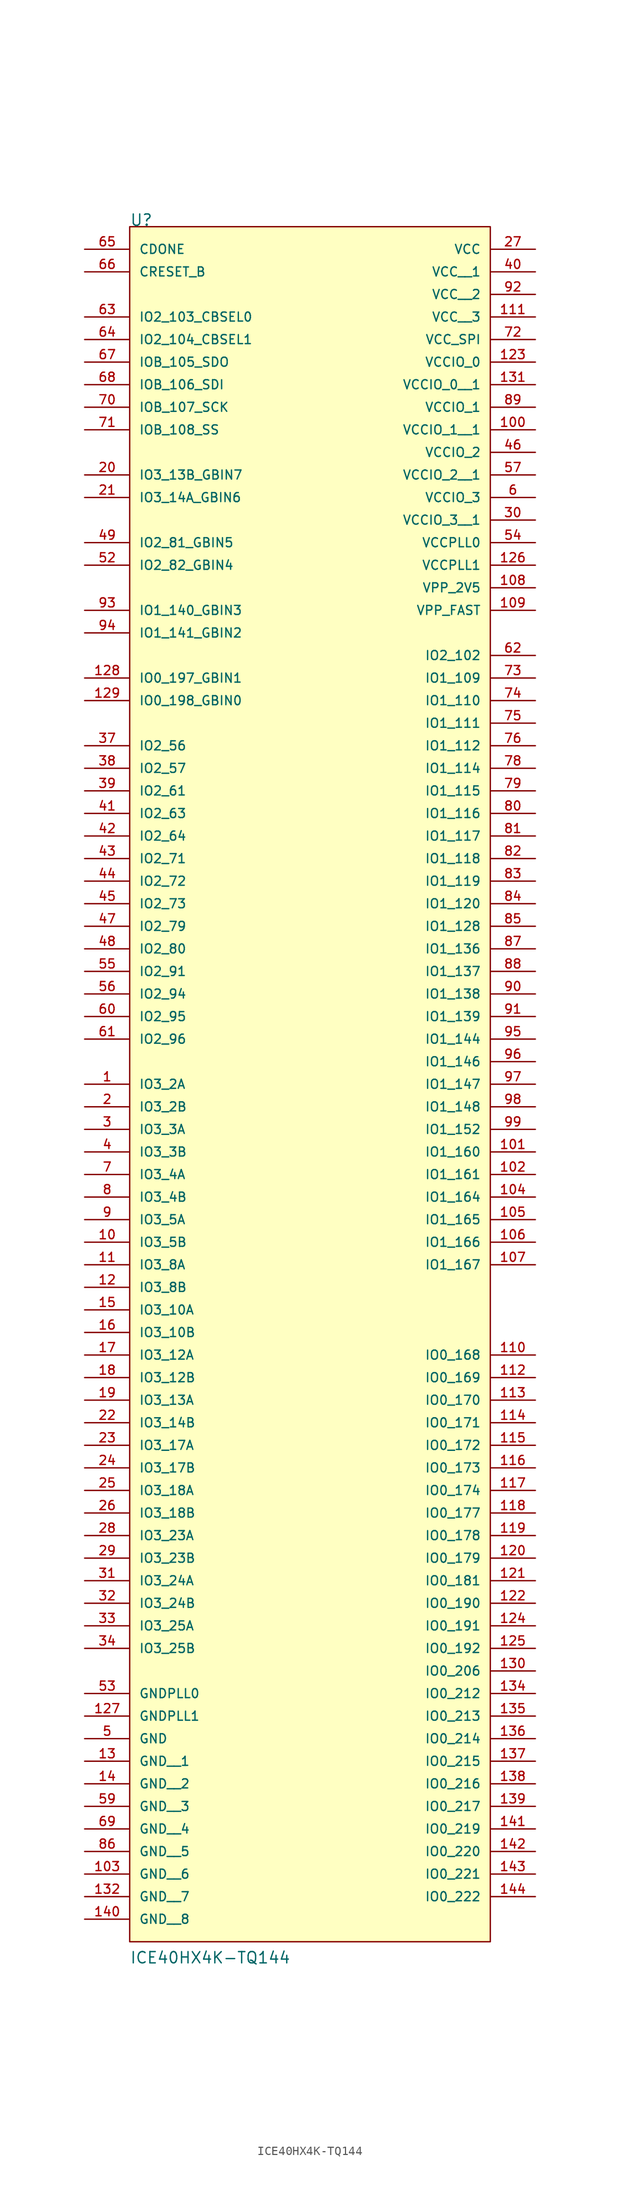
<source format=kicad_sym>
(kicad_symbol_lib
  (version 20231120)
  (generator "kicad_symbol_editor")
  (generator_version "8.0")
  (symbol "ICE40HX4K-TQ144"
    (pin_names
      (offset 1.016))
    (property "Reference" "U"
      (at -20.32 88.9 0)
      (effects (font (size 1.27 1.27)) (justify left bottom)))
    (property "Value" "ICE40HX4K-TQ144"
      (at -20.32 -106.68 0)
      (effects (font (size 1.27 1.27)) (justify left bottom)))
    (symbol "ICE40HX4K-TQ144_0_0"
      (rectangle (start -20.32 88.9) (end 20.32 -104.14) (stroke (width 0.152) (type default)) (fill (type background)))
      (pin bidirectional line (at -25.4 -7.62 0) (length 5.08) (name "IO3_2A" (effects (font (size 1.016 1.016)))) (number "1" (effects (font (size 1.016 1.016)))))
      (pin bidirectional line (at -25.4 -25.4 0) (length 5.08) (name "IO3_5B" (effects (font (size 1.016 1.016)))) (number "10" (effects (font (size 1.016 1.016)))))
      (pin power_in line (at 25.4 66.04 180) (length 5.08) (name "VCCIO_1__1" (effects (font (size 1.016 1.016)))) (number "100" (effects (font (size 1.016 1.016)))))
      (pin bidirectional line (at 25.4 -15.24 180) (length 5.08) (name "IO1_160" (effects (font (size 1.016 1.016)))) (number "101" (effects (font (size 1.016 1.016)))))
      (pin bidirectional line (at 25.4 -17.78 180) (length 5.08) (name "IO1_161" (effects (font (size 1.016 1.016)))) (number "102" (effects (font (size 1.016 1.016)))))
      (pin power_in line (at -25.4 -96.52 0) (length 5.08) (name "GND__6" (effects (font (size 1.016 1.016)))) (number "103" (effects (font (size 1.016 1.016)))))
      (pin bidirectional line (at 25.4 -20.32 180) (length 5.08) (name "IO1_164" (effects (font (size 1.016 1.016)))) (number "104" (effects (font (size 1.016 1.016)))))
      (pin bidirectional line (at 25.4 -22.86 180) (length 5.08) (name "IO1_165" (effects (font (size 1.016 1.016)))) (number "105" (effects (font (size 1.016 1.016)))))
      (pin bidirectional line (at 25.4 -25.4 180) (length 5.08) (name "IO1_166" (effects (font (size 1.016 1.016)))) (number "106" (effects (font (size 1.016 1.016)))))
      (pin bidirectional line (at 25.4 -27.94 180) (length 5.08) (name "IO1_167" (effects (font (size 1.016 1.016)))) (number "107" (effects (font (size 1.016 1.016)))))
      (pin power_in line (at 25.4 48.26 180) (length 5.08) (name "VPP_2V5" (effects (font (size 1.016 1.016)))) (number "108" (effects (font (size 1.016 1.016)))))
      (pin power_in line (at 25.4 45.72 180) (length 5.08) (name "VPP_FAST" (effects (font (size 1.016 1.016)))) (number "109" (effects (font (size 1.016 1.016)))))
      (pin bidirectional line (at -25.4 -27.94 0) (length 5.08) (name "IO3_8A" (effects (font (size 1.016 1.016)))) (number "11" (effects (font (size 1.016 1.016)))))
      (pin bidirectional line (at 25.4 -38.1 180) (length 5.08) (name "IO0_168" (effects (font (size 1.016 1.016)))) (number "110" (effects (font (size 1.016 1.016)))))
      (pin power_in line (at 25.4 78.74 180) (length 5.08) (name "VCC__3" (effects (font (size 1.016 1.016)))) (number "111" (effects (font (size 1.016 1.016)))))
      (pin bidirectional line (at 25.4 -40.64 180) (length 5.08) (name "IO0_169" (effects (font (size 1.016 1.016)))) (number "112" (effects (font (size 1.016 1.016)))))
      (pin bidirectional line (at 25.4 -43.18 180) (length 5.08) (name "IO0_170" (effects (font (size 1.016 1.016)))) (number "113" (effects (font (size 1.016 1.016)))))
      (pin bidirectional line (at 25.4 -45.72 180) (length 5.08) (name "IO0_171" (effects (font (size 1.016 1.016)))) (number "114" (effects (font (size 1.016 1.016)))))
      (pin bidirectional line (at 25.4 -48.26 180) (length 5.08) (name "IO0_172" (effects (font (size 1.016 1.016)))) (number "115" (effects (font (size 1.016 1.016)))))
      (pin bidirectional line (at 25.4 -50.8 180) (length 5.08) (name "IO0_173" (effects (font (size 1.016 1.016)))) (number "116" (effects (font (size 1.016 1.016)))))
      (pin bidirectional line (at 25.4 -53.34 180) (length 5.08) (name "IO0_174" (effects (font (size 1.016 1.016)))) (number "117" (effects (font (size 1.016 1.016)))))
      (pin bidirectional line (at 25.4 -55.88 180) (length 5.08) (name "IO0_177" (effects (font (size 1.016 1.016)))) (number "118" (effects (font (size 1.016 1.016)))))
      (pin bidirectional line (at 25.4 -58.42 180) (length 5.08) (name "IO0_178" (effects (font (size 1.016 1.016)))) (number "119" (effects (font (size 1.016 1.016)))))
      (pin bidirectional line (at -25.4 -30.48 0) (length 5.08) (name "IO3_8B" (effects (font (size 1.016 1.016)))) (number "12" (effects (font (size 1.016 1.016)))))
      (pin bidirectional line (at 25.4 -60.96 180) (length 5.08) (name "IO0_179" (effects (font (size 1.016 1.016)))) (number "120" (effects (font (size 1.016 1.016)))))
      (pin bidirectional line (at 25.4 -63.5 180) (length 5.08) (name "IO0_181" (effects (font (size 1.016 1.016)))) (number "121" (effects (font (size 1.016 1.016)))))
      (pin bidirectional line (at 25.4 -66.04 180) (length 5.08) (name "IO0_190" (effects (font (size 1.016 1.016)))) (number "122" (effects (font (size 1.016 1.016)))))
      (pin power_in line (at 25.4 73.66 180) (length 5.08) (name "VCCIO_0" (effects (font (size 1.016 1.016)))) (number "123" (effects (font (size 1.016 1.016)))))
      (pin bidirectional line (at 25.4 -68.58 180) (length 5.08) (name "IO0_191" (effects (font (size 1.016 1.016)))) (number "124" (effects (font (size 1.016 1.016)))))
      (pin bidirectional line (at 25.4 -71.12 180) (length 5.08) (name "IO0_192" (effects (font (size 1.016 1.016)))) (number "125" (effects (font (size 1.016 1.016)))))
      (pin power_in line (at 25.4 50.8 180) (length 5.08) (name "VCCPLL1" (effects (font (size 1.016 1.016)))) (number "126" (effects (font (size 1.016 1.016)))))
      (pin power_in line (at -25.4 -78.74 0) (length 5.08) (name "GNDPLL1" (effects (font (size 1.016 1.016)))) (number "127" (effects (font (size 1.016 1.016)))))
      (pin input line (at -25.4 38.1 0) (length 5.08) (name "IO0_197_GBIN1" (effects (font (size 1.016 1.016)))) (number "128" (effects (font (size 1.016 1.016)))))
      (pin input line (at -25.4 35.56 0) (length 5.08) (name "IO0_198_GBIN0" (effects (font (size 1.016 1.016)))) (number "129" (effects (font (size 1.016 1.016)))))
      (pin power_in line (at -25.4 -83.82 0) (length 5.08) (name "GND__1" (effects (font (size 1.016 1.016)))) (number "13" (effects (font (size 1.016 1.016)))))
      (pin bidirectional line (at 25.4 -73.66 180) (length 5.08) (name "IO0_206" (effects (font (size 1.016 1.016)))) (number "130" (effects (font (size 1.016 1.016)))))
      (pin power_in line (at 25.4 71.12 180) (length 5.08) (name "VCCIO_0__1" (effects (font (size 1.016 1.016)))) (number "131" (effects (font (size 1.016 1.016)))))
      (pin power_in line (at -25.4 -99.06 0) (length 5.08) (name "GND__7" (effects (font (size 1.016 1.016)))) (number "132" (effects (font (size 1.016 1.016)))))
      (pin bidirectional line (at 25.4 -76.2 180) (length 5.08) (name "IO0_212" (effects (font (size 1.016 1.016)))) (number "134" (effects (font (size 1.016 1.016)))))
      (pin bidirectional line (at 25.4 -78.74 180) (length 5.08) (name "IO0_213" (effects (font (size 1.016 1.016)))) (number "135" (effects (font (size 1.016 1.016)))))
      (pin bidirectional line (at 25.4 -81.28 180) (length 5.08) (name "IO0_214" (effects (font (size 1.016 1.016)))) (number "136" (effects (font (size 1.016 1.016)))))
      (pin bidirectional line (at 25.4 -83.82 180) (length 5.08) (name "IO0_215" (effects (font (size 1.016 1.016)))) (number "137" (effects (font (size 1.016 1.016)))))
      (pin bidirectional line (at 25.4 -86.36 180) (length 5.08) (name "IO0_216" (effects (font (size 1.016 1.016)))) (number "138" (effects (font (size 1.016 1.016)))))
      (pin bidirectional line (at 25.4 -88.9 180) (length 5.08) (name "IO0_217" (effects (font (size 1.016 1.016)))) (number "139" (effects (font (size 1.016 1.016)))))
      (pin power_in line (at -25.4 -86.36 0) (length 5.08) (name "GND__2" (effects (font (size 1.016 1.016)))) (number "14" (effects (font (size 1.016 1.016)))))
      (pin power_in line (at -25.4 -101.6 0) (length 5.08) (name "GND__8" (effects (font (size 1.016 1.016)))) (number "140" (effects (font (size 1.016 1.016)))))
      (pin bidirectional line (at 25.4 -91.44 180) (length 5.08) (name "IO0_219" (effects (font (size 1.016 1.016)))) (number "141" (effects (font (size 1.016 1.016)))))
      (pin bidirectional line (at 25.4 -93.98 180) (length 5.08) (name "IO0_220" (effects (font (size 1.016 1.016)))) (number "142" (effects (font (size 1.016 1.016)))))
      (pin bidirectional line (at 25.4 -96.52 180) (length 5.08) (name "IO0_221" (effects (font (size 1.016 1.016)))) (number "143" (effects (font (size 1.016 1.016)))))
      (pin bidirectional line (at 25.4 -99.06 180) (length 5.08) (name "IO0_222" (effects (font (size 1.016 1.016)))) (number "144" (effects (font (size 1.016 1.016)))))
      (pin bidirectional line (at -25.4 -33.02 0) (length 5.08) (name "IO3_10A" (effects (font (size 1.016 1.016)))) (number "15" (effects (font (size 1.016 1.016)))))
      (pin bidirectional line (at -25.4 -35.56 0) (length 5.08) (name "IO3_10B" (effects (font (size 1.016 1.016)))) (number "16" (effects (font (size 1.016 1.016)))))
      (pin bidirectional line (at -25.4 -38.1 0) (length 5.08) (name "IO3_12A" (effects (font (size 1.016 1.016)))) (number "17" (effects (font (size 1.016 1.016)))))
      (pin bidirectional line (at -25.4 -40.64 0) (length 5.08) (name "IO3_12B" (effects (font (size 1.016 1.016)))) (number "18" (effects (font (size 1.016 1.016)))))
      (pin bidirectional line (at -25.4 -43.18 0) (length 5.08) (name "IO3_13A" (effects (font (size 1.016 1.016)))) (number "19" (effects (font (size 1.016 1.016)))))
      (pin bidirectional line (at -25.4 -10.16 0) (length 5.08) (name "IO3_2B" (effects (font (size 1.016 1.016)))) (number "2" (effects (font (size 1.016 1.016)))))
      (pin input line (at -25.4 60.96 0) (length 5.08) (name "IO3_13B_GBIN7" (effects (font (size 1.016 1.016)))) (number "20" (effects (font (size 1.016 1.016)))))
      (pin input line (at -25.4 58.42 0) (length 5.08) (name "IO3_14A_GBIN6" (effects (font (size 1.016 1.016)))) (number "21" (effects (font (size 1.016 1.016)))))
      (pin bidirectional line (at -25.4 -45.72 0) (length 5.08) (name "IO3_14B" (effects (font (size 1.016 1.016)))) (number "22" (effects (font (size 1.016 1.016)))))
      (pin bidirectional line (at -25.4 -48.26 0) (length 5.08) (name "IO3_17A" (effects (font (size 1.016 1.016)))) (number "23" (effects (font (size 1.016 1.016)))))
      (pin bidirectional line (at -25.4 -50.8 0) (length 5.08) (name "IO3_17B" (effects (font (size 1.016 1.016)))) (number "24" (effects (font (size 1.016 1.016)))))
      (pin bidirectional line (at -25.4 -53.34 0) (length 5.08) (name "IO3_18A" (effects (font (size 1.016 1.016)))) (number "25" (effects (font (size 1.016 1.016)))))
      (pin bidirectional line (at -25.4 -55.88 0) (length 5.08) (name "IO3_18B" (effects (font (size 1.016 1.016)))) (number "26" (effects (font (size 1.016 1.016)))))
      (pin power_in line (at 25.4 86.36 180) (length 5.08) (name "VCC" (effects (font (size 1.016 1.016)))) (number "27" (effects (font (size 1.016 1.016)))))
      (pin bidirectional line (at -25.4 -58.42 0) (length 5.08) (name "IO3_23A" (effects (font (size 1.016 1.016)))) (number "28" (effects (font (size 1.016 1.016)))))
      (pin bidirectional line (at -25.4 -60.96 0) (length 5.08) (name "IO3_23B" (effects (font (size 1.016 1.016)))) (number "29" (effects (font (size 1.016 1.016)))))
      (pin bidirectional line (at -25.4 -12.7 0) (length 5.08) (name "IO3_3A" (effects (font (size 1.016 1.016)))) (number "3" (effects (font (size 1.016 1.016)))))
      (pin power_in line (at 25.4 55.88 180) (length 5.08) (name "VCCIO_3__1" (effects (font (size 1.016 1.016)))) (number "30" (effects (font (size 1.016 1.016)))))
      (pin bidirectional line (at -25.4 -63.5 0) (length 5.08) (name "IO3_24A" (effects (font (size 1.016 1.016)))) (number "31" (effects (font (size 1.016 1.016)))))
      (pin bidirectional line (at -25.4 -66.04 0) (length 5.08) (name "IO3_24B" (effects (font (size 1.016 1.016)))) (number "32" (effects (font (size 1.016 1.016)))))
      (pin bidirectional line (at -25.4 -68.58 0) (length 5.08) (name "IO3_25A" (effects (font (size 1.016 1.016)))) (number "33" (effects (font (size 1.016 1.016)))))
      (pin bidirectional line (at -25.4 -71.12 0) (length 5.08) (name "IO3_25B" (effects (font (size 1.016 1.016)))) (number "34" (effects (font (size 1.016 1.016)))))
      (pin bidirectional line (at -25.4 30.48 0) (length 5.08) (name "IO2_56" (effects (font (size 1.016 1.016)))) (number "37" (effects (font (size 1.016 1.016)))))
      (pin bidirectional line (at -25.4 27.94 0) (length 5.08) (name "IO2_57" (effects (font (size 1.016 1.016)))) (number "38" (effects (font (size 1.016 1.016)))))
      (pin bidirectional line (at -25.4 25.4 0) (length 5.08) (name "IO2_61" (effects (font (size 1.016 1.016)))) (number "39" (effects (font (size 1.016 1.016)))))
      (pin bidirectional line (at -25.4 -15.24 0) (length 5.08) (name "IO3_3B" (effects (font (size 1.016 1.016)))) (number "4" (effects (font (size 1.016 1.016)))))
      (pin power_in line (at 25.4 83.82 180) (length 5.08) (name "VCC__1" (effects (font (size 1.016 1.016)))) (number "40" (effects (font (size 1.016 1.016)))))
      (pin bidirectional line (at -25.4 22.86 0) (length 5.08) (name "IO2_63" (effects (font (size 1.016 1.016)))) (number "41" (effects (font (size 1.016 1.016)))))
      (pin bidirectional line (at -25.4 20.32 0) (length 5.08) (name "IO2_64" (effects (font (size 1.016 1.016)))) (number "42" (effects (font (size 1.016 1.016)))))
      (pin bidirectional line (at -25.4 17.78 0) (length 5.08) (name "IO2_71" (effects (font (size 1.016 1.016)))) (number "43" (effects (font (size 1.016 1.016)))))
      (pin bidirectional line (at -25.4 15.24 0) (length 5.08) (name "IO2_72" (effects (font (size 1.016 1.016)))) (number "44" (effects (font (size 1.016 1.016)))))
      (pin bidirectional line (at -25.4 12.7 0) (length 5.08) (name "IO2_73" (effects (font (size 1.016 1.016)))) (number "45" (effects (font (size 1.016 1.016)))))
      (pin power_in line (at 25.4 63.5 180) (length 5.08) (name "VCCIO_2" (effects (font (size 1.016 1.016)))) (number "46" (effects (font (size 1.016 1.016)))))
      (pin bidirectional line (at -25.4 10.16 0) (length 5.08) (name "IO2_79" (effects (font (size 1.016 1.016)))) (number "47" (effects (font (size 1.016 1.016)))))
      (pin bidirectional line (at -25.4 7.62 0) (length 5.08) (name "IO2_80" (effects (font (size 1.016 1.016)))) (number "48" (effects (font (size 1.016 1.016)))))
      (pin input line (at -25.4 53.34 0) (length 5.08) (name "IO2_81_GBIN5" (effects (font (size 1.016 1.016)))) (number "49" (effects (font (size 1.016 1.016)))))
      (pin power_in line (at -25.4 -81.28 0) (length 5.08) (name "GND" (effects (font (size 1.016 1.016)))) (number "5" (effects (font (size 1.016 1.016)))))
      (pin input line (at -25.4 50.8 0) (length 5.08) (name "IO2_82_GBIN4" (effects (font (size 1.016 1.016)))) (number "52" (effects (font (size 1.016 1.016)))))
      (pin power_in line (at -25.4 -76.2 0) (length 5.08) (name "GNDPLL0" (effects (font (size 1.016 1.016)))) (number "53" (effects (font (size 1.016 1.016)))))
      (pin power_in line (at 25.4 53.34 180) (length 5.08) (name "VCCPLL0" (effects (font (size 1.016 1.016)))) (number "54" (effects (font (size 1.016 1.016)))))
      (pin bidirectional line (at -25.4 5.08 0) (length 5.08) (name "IO2_91" (effects (font (size 1.016 1.016)))) (number "55" (effects (font (size 1.016 1.016)))))
      (pin bidirectional line (at -25.4 2.54 0) (length 5.08) (name "IO2_94" (effects (font (size 1.016 1.016)))) (number "56" (effects (font (size 1.016 1.016)))))
      (pin power_in line (at 25.4 60.96 180) (length 5.08) (name "VCCIO_2__1" (effects (font (size 1.016 1.016)))) (number "57" (effects (font (size 1.016 1.016)))))
      (pin power_in line (at -25.4 -88.9 0) (length 5.08) (name "GND__3" (effects (font (size 1.016 1.016)))) (number "59" (effects (font (size 1.016 1.016)))))
      (pin power_in line (at 25.4 58.42 180) (length 5.08) (name "VCCIO_3" (effects (font (size 1.016 1.016)))) (number "6" (effects (font (size 1.016 1.016)))))
      (pin bidirectional line (at -25.4 0 0) (length 5.08) (name "IO2_95" (effects (font (size 1.016 1.016)))) (number "60" (effects (font (size 1.016 1.016)))))
      (pin bidirectional line (at -25.4 -2.54 0) (length 5.08) (name "IO2_96" (effects (font (size 1.016 1.016)))) (number "61" (effects (font (size 1.016 1.016)))))
      (pin bidirectional line (at 25.4 40.64 180) (length 5.08) (name "IO2_102" (effects (font (size 1.016 1.016)))) (number "62" (effects (font (size 1.016 1.016)))))
      (pin bidirectional line (at -25.4 78.74 0) (length 5.08) (name "IO2_103_CBSEL0" (effects (font (size 1.016 1.016)))) (number "63" (effects (font (size 1.016 1.016)))))
      (pin bidirectional line (at -25.4 76.2 0) (length 5.08) (name "IO2_104_CBSEL1" (effects (font (size 1.016 1.016)))) (number "64" (effects (font (size 1.016 1.016)))))
      (pin input line (at -25.4 86.36 0) (length 5.08) (name "CDONE" (effects (font (size 1.016 1.016)))) (number "65" (effects (font (size 1.016 1.016)))))
      (pin input line (at -25.4 83.82 0) (length 5.08) (name "CRESET_B" (effects (font (size 1.016 1.016)))) (number "66" (effects (font (size 1.016 1.016)))))
      (pin bidirectional line (at -25.4 73.66 0) (length 5.08) (name "IOB_105_SDO" (effects (font (size 1.016 1.016)))) (number "67" (effects (font (size 1.016 1.016)))))
      (pin bidirectional line (at -25.4 71.12 0) (length 5.08) (name "IOB_106_SDI" (effects (font (size 1.016 1.016)))) (number "68" (effects (font (size 1.016 1.016)))))
      (pin power_in line (at -25.4 -91.44 0) (length 5.08) (name "GND__4" (effects (font (size 1.016 1.016)))) (number "69" (effects (font (size 1.016 1.016)))))
      (pin bidirectional line (at -25.4 -17.78 0) (length 5.08) (name "IO3_4A" (effects (font (size 1.016 1.016)))) (number "7" (effects (font (size 1.016 1.016)))))
      (pin bidirectional line (at -25.4 68.58 0) (length 5.08) (name "IOB_107_SCK" (effects (font (size 1.016 1.016)))) (number "70" (effects (font (size 1.016 1.016)))))
      (pin bidirectional line (at -25.4 66.04 0) (length 5.08) (name "IOB_108_SS" (effects (font (size 1.016 1.016)))) (number "71" (effects (font (size 1.016 1.016)))))
      (pin power_in line (at 25.4 76.2 180) (length 5.08) (name "VCC_SPI" (effects (font (size 1.016 1.016)))) (number "72" (effects (font (size 1.016 1.016)))))
      (pin bidirectional line (at 25.4 38.1 180) (length 5.08) (name "IO1_109" (effects (font (size 1.016 1.016)))) (number "73" (effects (font (size 1.016 1.016)))))
      (pin bidirectional line (at 25.4 35.56 180) (length 5.08) (name "IO1_110" (effects (font (size 1.016 1.016)))) (number "74" (effects (font (size 1.016 1.016)))))
      (pin bidirectional line (at 25.4 33.02 180) (length 5.08) (name "IO1_111" (effects (font (size 1.016 1.016)))) (number "75" (effects (font (size 1.016 1.016)))))
      (pin bidirectional line (at 25.4 30.48 180) (length 5.08) (name "IO1_112" (effects (font (size 1.016 1.016)))) (number "76" (effects (font (size 1.016 1.016)))))
      (pin bidirectional line (at 25.4 27.94 180) (length 5.08) (name "IO1_114" (effects (font (size 1.016 1.016)))) (number "78" (effects (font (size 1.016 1.016)))))
      (pin bidirectional line (at 25.4 25.4 180) (length 5.08) (name "IO1_115" (effects (font (size 1.016 1.016)))) (number "79" (effects (font (size 1.016 1.016)))))
      (pin bidirectional line (at -25.4 -20.32 0) (length 5.08) (name "IO3_4B" (effects (font (size 1.016 1.016)))) (number "8" (effects (font (size 1.016 1.016)))))
      (pin bidirectional line (at 25.4 22.86 180) (length 5.08) (name "IO1_116" (effects (font (size 1.016 1.016)))) (number "80" (effects (font (size 1.016 1.016)))))
      (pin bidirectional line (at 25.4 20.32 180) (length 5.08) (name "IO1_117" (effects (font (size 1.016 1.016)))) (number "81" (effects (font (size 1.016 1.016)))))
      (pin bidirectional line (at 25.4 17.78 180) (length 5.08) (name "IO1_118" (effects (font (size 1.016 1.016)))) (number "82" (effects (font (size 1.016 1.016)))))
      (pin bidirectional line (at 25.4 15.24 180) (length 5.08) (name "IO1_119" (effects (font (size 1.016 1.016)))) (number "83" (effects (font (size 1.016 1.016)))))
      (pin bidirectional line (at 25.4 12.7 180) (length 5.08) (name "IO1_120" (effects (font (size 1.016 1.016)))) (number "84" (effects (font (size 1.016 1.016)))))
      (pin bidirectional line (at 25.4 10.16 180) (length 5.08) (name "IO1_128" (effects (font (size 1.016 1.016)))) (number "85" (effects (font (size 1.016 1.016)))))
      (pin power_in line (at -25.4 -93.98 0) (length 5.08) (name "GND__5" (effects (font (size 1.016 1.016)))) (number "86" (effects (font (size 1.016 1.016)))))
      (pin bidirectional line (at 25.4 7.62 180) (length 5.08) (name "IO1_136" (effects (font (size 1.016 1.016)))) (number "87" (effects (font (size 1.016 1.016)))))
      (pin bidirectional line (at 25.4 5.08 180) (length 5.08) (name "IO1_137" (effects (font (size 1.016 1.016)))) (number "88" (effects (font (size 1.016 1.016)))))
      (pin power_in line (at 25.4 68.58 180) (length 5.08) (name "VCCIO_1" (effects (font (size 1.016 1.016)))) (number "89" (effects (font (size 1.016 1.016)))))
      (pin bidirectional line (at -25.4 -22.86 0) (length 5.08) (name "IO3_5A" (effects (font (size 1.016 1.016)))) (number "9" (effects (font (size 1.016 1.016)))))
      (pin bidirectional line (at 25.4 2.54 180) (length 5.08) (name "IO1_138" (effects (font (size 1.016 1.016)))) (number "90" (effects (font (size 1.016 1.016)))))
      (pin bidirectional line (at 25.4 0 180) (length 5.08) (name "IO1_139" (effects (font (size 1.016 1.016)))) (number "91" (effects (font (size 1.016 1.016)))))
      (pin power_in line (at 25.4 81.28 180) (length 5.08) (name "VCC__2" (effects (font (size 1.016 1.016)))) (number "92" (effects (font (size 1.016 1.016)))))
      (pin input line (at -25.4 45.72 0) (length 5.08) (name "IO1_140_GBIN3" (effects (font (size 1.016 1.016)))) (number "93" (effects (font (size 1.016 1.016)))))
      (pin input line (at -25.4 43.18 0) (length 5.08) (name "IO1_141_GBIN2" (effects (font (size 1.016 1.016)))) (number "94" (effects (font (size 1.016 1.016)))))
      (pin bidirectional line (at 25.4 -2.54 180) (length 5.08) (name "IO1_144" (effects (font (size 1.016 1.016)))) (number "95" (effects (font (size 1.016 1.016)))))
      (pin bidirectional line (at 25.4 -5.08 180) (length 5.08) (name "IO1_146" (effects (font (size 1.016 1.016)))) (number "96" (effects (font (size 1.016 1.016)))))
      (pin bidirectional line (at 25.4 -7.62 180) (length 5.08) (name "IO1_147" (effects (font (size 1.016 1.016)))) (number "97" (effects (font (size 1.016 1.016)))))
      (pin bidirectional line (at 25.4 -10.16 180) (length 5.08) (name "IO1_148" (effects (font (size 1.016 1.016)))) (number "98" (effects (font (size 1.016 1.016)))))
      (pin bidirectional line (at 25.4 -12.7 180) (length 5.08) (name "IO1_152" (effects (font (size 1.016 1.016)))) (number "99" (effects (font (size 1.016 1.016))))))))
</source>
